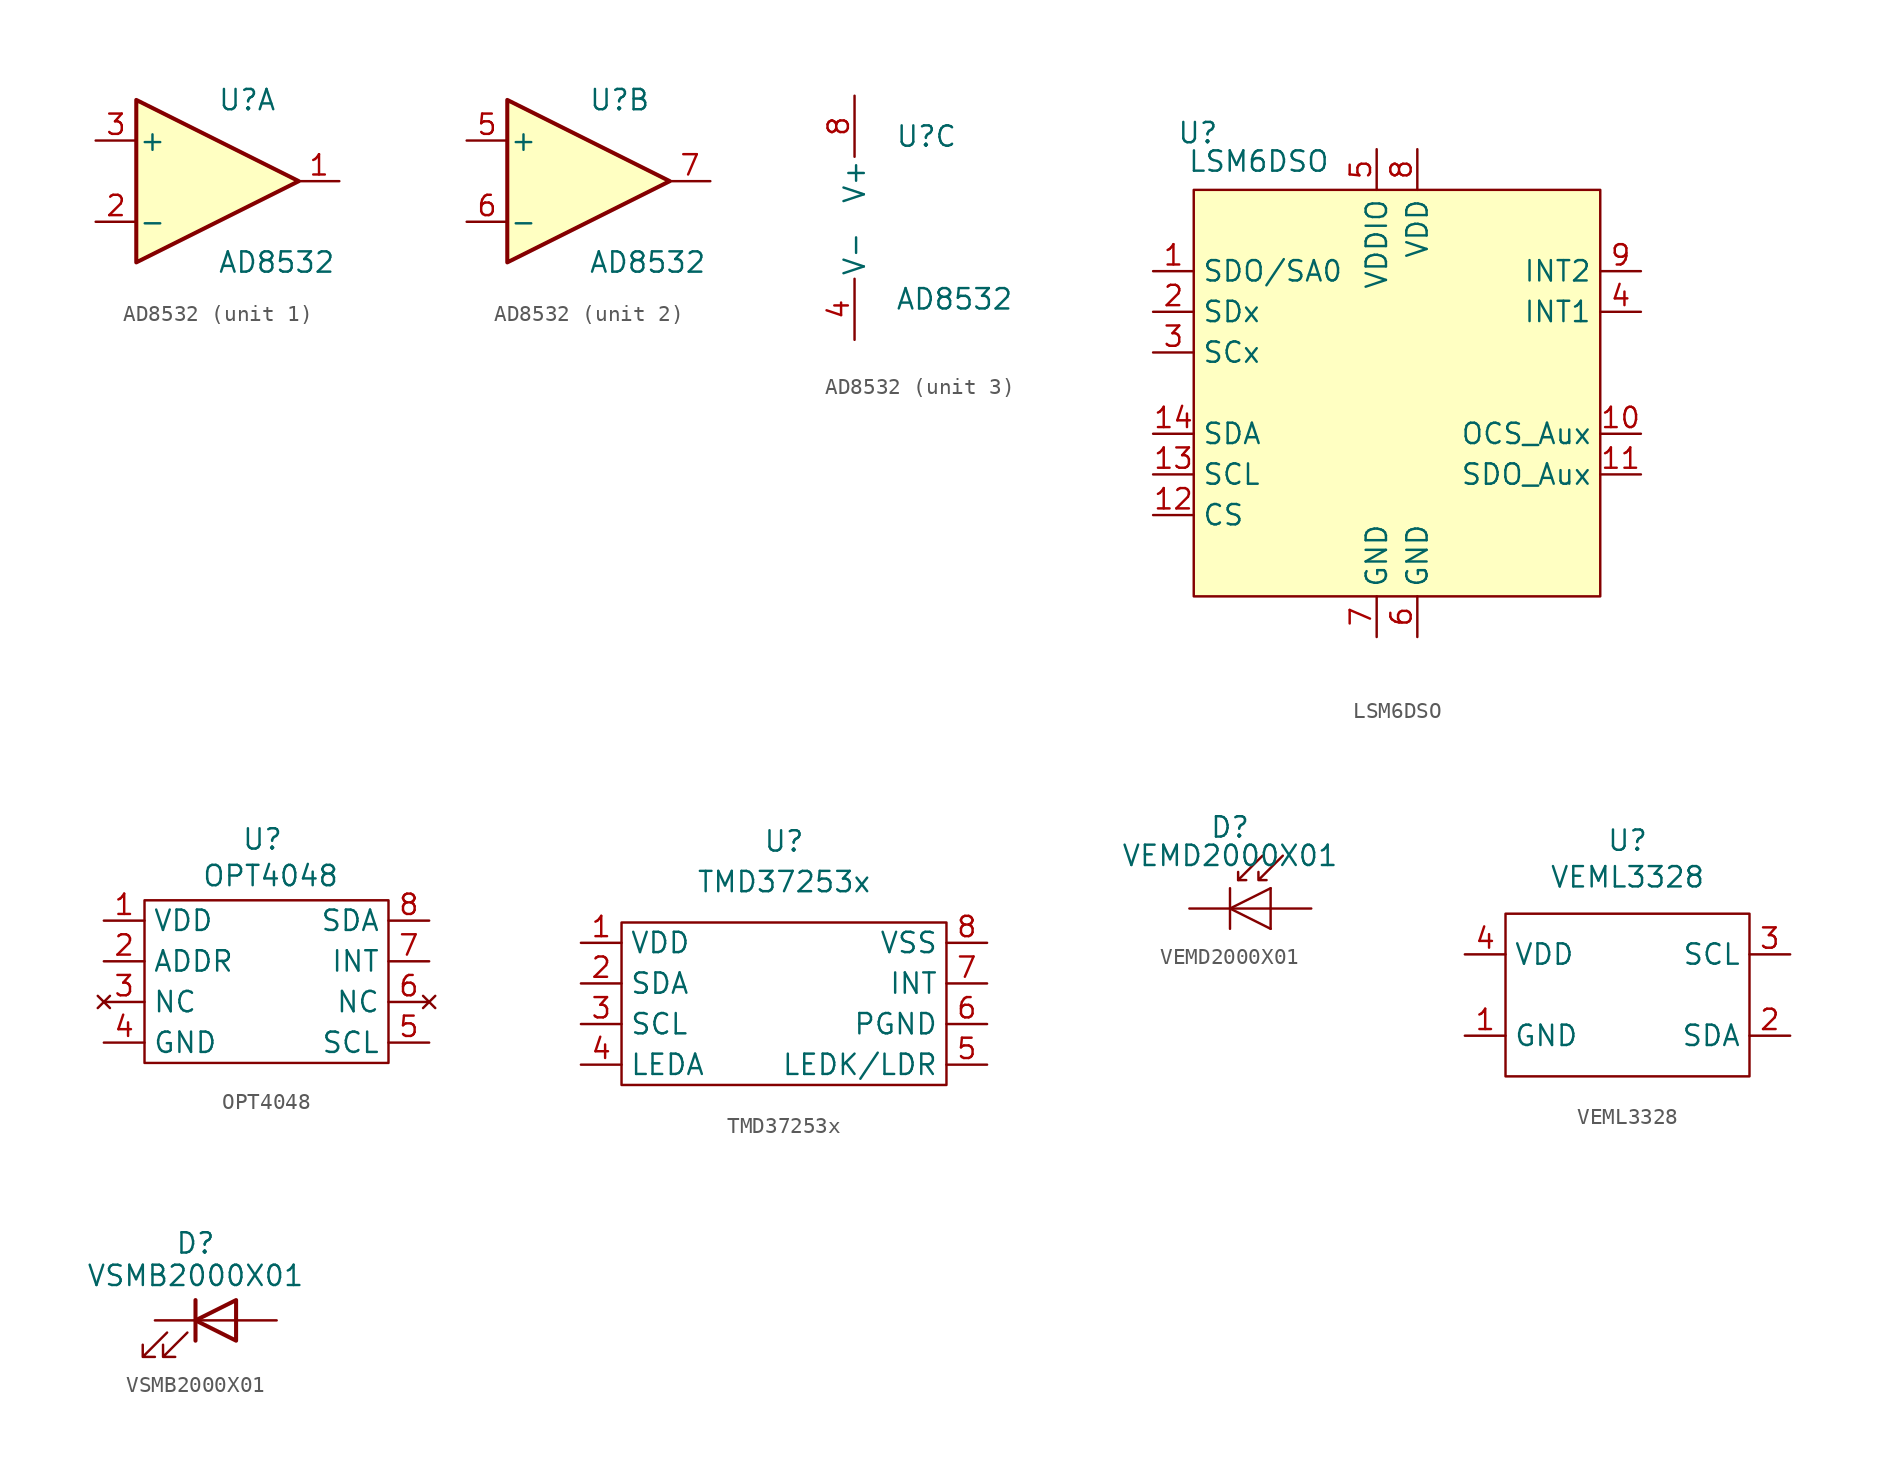
<source format=kicad_sym>
(kicad_symbol_lib
  (version 20231120)
  (generator "kicad_symbol_editor")
  (generator_version "8.0")
  (symbol "AD8532"
    (pin_names
      (offset 0.127))
    (property "Reference" "U"
      (at 0 5.08 0)
      (effects (font (size 1.27 1.27)) (justify left)))
    (property "Value" "AD8532"
      (at 0 -5.08 0)
      (effects (font (size 1.27 1.27)) (justify left)))
    (property "ki_locked" ""
      (at 0 0 0)
      (effects (font (size 1.27 1.27))))
    (symbol "AD8532_1_1"
      (polyline (pts (xy -5.08 5.08) (xy 5.08 0) (xy -5.08 -5.08) (xy -5.08 5.08)) (stroke (width 0.254) (type default)) (fill (type background)))
      (pin output line (at 7.62 0 180) (length 2.54) (name "~" (effects (font (size 1.27 1.27)))) (number "1" (effects (font (size 1.27 1.27)))))
      (pin input line (at -7.62 -2.54 0) (length 2.54) (name "-" (effects (font (size 1.27 1.27)))) (number "2" (effects (font (size 1.27 1.27)))))
      (pin input line (at -7.62 2.54 0) (length 2.54) (name "+" (effects (font (size 1.27 1.27)))) (number "3" (effects (font (size 1.27 1.27))))))
    (symbol "AD8532_2_1"
      (polyline (pts (xy -5.08 5.08) (xy 5.08 0) (xy -5.08 -5.08) (xy -5.08 5.08)) (stroke (width 0.254) (type default)) (fill (type background)))
      (pin input line (at -7.62 2.54 0) (length 2.54) (name "+" (effects (font (size 1.27 1.27)))) (number "5" (effects (font (size 1.27 1.27)))))
      (pin input line (at -7.62 -2.54 0) (length 2.54) (name "-" (effects (font (size 1.27 1.27)))) (number "6" (effects (font (size 1.27 1.27)))))
      (pin output line (at 7.62 0 180) (length 2.54) (name "~" (effects (font (size 1.27 1.27)))) (number "7" (effects (font (size 1.27 1.27))))))
    (symbol "AD8532_3_1"
      (pin power_in line (at -2.54 -7.62 90) (length 3.81) (name "V-" (effects (font (size 1.27 1.27)))) (number "4" (effects (font (size 1.27 1.27)))))
      (pin power_in line (at -2.54 7.62 270) (length 3.81) (name "V+" (effects (font (size 1.27 1.27)))) (number "8" (effects (font (size 1.27 1.27)))))))
  (symbol "LSM6DSO"
    (property "Reference" "U"
      (at -12.446 16.256 0)
      (effects (font (size 1.27 1.27))))
    (property "Value" "LSM6DSO"
      (at -8.636 14.478 0)
      (effects (font (size 1.27 1.27))))
    (symbol "LSM6DSO_1_1"
      (rectangle (start -12.7 12.7) (end 12.7 -12.7) (stroke (width 0) (type default)) (fill (type background)))
      (pin bidirectional line (at -15.24 7.62 0) (length 2.54) (name "SDO/SA0" (effects (font (size 1.27 1.27)))) (number "1" (effects (font (size 1.27 1.27)))))
      (pin output line (at 15.24 -2.54 180) (length 2.54) (name "OCS_Aux" (effects (font (size 1.27 1.27)))) (number "10" (effects (font (size 1.27 1.27)))))
      (pin output line (at 15.24 -5.08 180) (length 2.54) (name "SDO_Aux" (effects (font (size 1.27 1.27)))) (number "11" (effects (font (size 1.27 1.27)))))
      (pin input line (at -15.24 -7.62 0) (length 2.54) (name "CS" (effects (font (size 1.27 1.27)))) (number "12" (effects (font (size 1.27 1.27)))))
      (pin output line (at -15.24 -5.08 0) (length 2.54) (name "SCL" (effects (font (size 1.27 1.27)))) (number "13" (effects (font (size 1.27 1.27)))))
      (pin bidirectional line (at -15.24 -2.54 0) (length 2.54) (name "SDA" (effects (font (size 1.27 1.27)))) (number "14" (effects (font (size 1.27 1.27)))))
      (pin bidirectional line (at -15.24 5.08 0) (length 2.54) (name "SDx" (effects (font (size 1.27 1.27)))) (number "2" (effects (font (size 1.27 1.27)))))
      (pin input line (at -15.24 2.54 0) (length 2.54) (name "SCx" (effects (font (size 1.27 1.27)))) (number "3" (effects (font (size 1.27 1.27)))))
      (pin output line (at 15.24 5.08 180) (length 2.54) (name "INT1" (effects (font (size 1.27 1.27)))) (number "4" (effects (font (size 1.27 1.27)))))
      (pin power_in line (at -1.27 15.24 270) (length 2.54) (name "VDDIO" (effects (font (size 1.27 1.27)))) (number "5" (effects (font (size 1.27 1.27)))))
      (pin power_in line (at 1.27 -15.24 90) (length 2.54) (name "GND" (effects (font (size 1.27 1.27)))) (number "6" (effects (font (size 1.27 1.27)))))
      (pin power_in line (at -1.27 -15.24 90) (length 2.54) (name "GND" (effects (font (size 1.27 1.27)))) (number "7" (effects (font (size 1.27 1.27)))))
      (pin power_in line (at 1.27 15.24 270) (length 2.54) (name "VDD" (effects (font (size 1.27 1.27)))) (number "8" (effects (font (size 1.27 1.27)))))
      (pin output line (at 15.24 7.62 180) (length 2.54) (name "INT2" (effects (font (size 1.27 1.27)))) (number "9" (effects (font (size 1.27 1.27)))))))
  (symbol "OPT4048"
    (property "Reference" "U"
      (at -0.254 8.89 0)
      (effects (font (size 1.27 1.27))))
    (property "Value" "OPT4048"
      (at 0.254 6.604 0)
      (effects (font (size 1.27 1.27))))
    (symbol "OPT4048_0_1"
      (rectangle (start -7.62 5.08) (end 7.62 -5.08) (stroke (width 0) (type default)) (fill (type none))))
    (symbol "OPT4048_1_1"
      (pin power_in line (at -10.16 3.81 0) (length 2.54) (name "VDD" (effects (font (size 1.27 1.27)))) (number "1" (effects (font (size 1.27 1.27)))))
      (pin input line (at -10.16 1.27 0) (length 2.54) (name "ADDR" (effects (font (size 1.27 1.27)))) (number "2" (effects (font (size 1.27 1.27)))))
      (pin no_connect line (at -10.16 -1.27 0) (length 2.54) (name "NC" (effects (font (size 1.27 1.27)))) (number "3" (effects (font (size 1.27 1.27)))))
      (pin power_in line (at -10.16 -3.81 0) (length 2.54) (name "GND" (effects (font (size 1.27 1.27)))) (number "4" (effects (font (size 1.27 1.27)))))
      (pin bidirectional line (at 10.16 -3.81 180) (length 2.54) (name "SCL" (effects (font (size 1.27 1.27)))) (number "5" (effects (font (size 1.27 1.27)))))
      (pin no_connect line (at 10.16 -1.27 180) (length 2.54) (name "NC" (effects (font (size 1.27 1.27)))) (number "6" (effects (font (size 1.27 1.27)))))
      (pin output line (at 10.16 1.27 180) (length 2.54) (name "INT" (effects (font (size 1.27 1.27)))) (number "7" (effects (font (size 1.27 1.27)))))
      (pin bidirectional line (at 10.16 3.81 180) (length 2.54) (name "SDA" (effects (font (size 1.27 1.27)))) (number "8" (effects (font (size 1.27 1.27)))))))
  (symbol "TMD37253x"
    (property "Reference" "U"
      (at 0 10.16 0)
      (effects (font (size 1.27 1.27))))
    (property "Value" "TMD37253x"
      (at 0 7.62 0)
      (effects (font (size 1.27 1.27))))
    (symbol "TMD37253x_0_1"
      (rectangle (start -10.16 5.08) (end 10.16 -5.08) (stroke (width 0) (type default)) (fill (type none))))
    (symbol "TMD37253x_1_1"
      (pin power_in line (at -12.7 3.81 0) (length 2.54) (name "VDD" (effects (font (size 1.27 1.27)))) (number "1" (effects (font (size 1.27 1.27)))))
      (pin bidirectional line (at -12.7 1.27 0) (length 2.54) (name "SDA" (effects (font (size 1.27 1.27)))) (number "2" (effects (font (size 1.27 1.27)))))
      (pin bidirectional line (at -12.7 -1.27 0) (length 2.54) (name "SCL" (effects (font (size 1.27 1.27)))) (number "3" (effects (font (size 1.27 1.27)))))
      (pin input line (at -12.7 -3.81 0) (length 2.54) (name "LEDA" (effects (font (size 1.27 1.27)))) (number "4" (effects (font (size 1.27 1.27)))))
      (pin input line (at 12.7 -3.81 180) (length 2.54) (name "LEDK/LDR" (effects (font (size 1.27 1.27)))) (number "5" (effects (font (size 1.27 1.27)))))
      (pin power_in line (at 12.7 -1.27 180) (length 2.54) (name "PGND" (effects (font (size 1.27 1.27)))) (number "6" (effects (font (size 1.27 1.27)))))
      (pin output line (at 12.7 1.27 180) (length 2.54) (name "INT" (effects (font (size 1.27 1.27)))) (number "7" (effects (font (size 1.27 1.27)))))
      (pin power_in line (at 12.7 3.81 180) (length 2.54) (name "VSS" (effects (font (size 1.27 1.27)))) (number "8" (effects (font (size 1.27 1.27)))))))
  (symbol "VEMD2000X01"
    (pin_numbers hide)
    (pin_names
      (offset 0) hide)
    (property "Reference" "D"
      (at 0 5.08 0)
      (effects (font (size 1.27 1.27))))
    (property "Value" "VEMD2000X01"
      (at 0 3.302 0)
      (effects (font (size 1.27 1.27))))
    (symbol "VEMD2000X01_0_1"
      (polyline (pts (xy 0 1.27) (xy 0 -1.27)) (stroke (width 0.152) (type default)) (fill (type none)))
      (polyline (pts (xy 0.508 1.778) (xy 1.016 1.778)) (stroke (width 0) (type default)) (fill (type none)))
      (polyline (pts (xy 2.54 -1.27) (xy 2.54 1.27)) (stroke (width 0) (type default)) (fill (type none)))
      (polyline (pts (xy 2.54 0) (xy 0 0)) (stroke (width 0) (type default)) (fill (type none)))
      (polyline (pts (xy 2.032 3.302) (xy 0.508 1.778) (xy 0.508 2.286)) (stroke (width 0) (type default)) (fill (type none)))
      (polyline (pts (xy 2.54 1.27) (xy 0 0) (xy 2.54 -1.27)) (stroke (width 0) (type default)) (fill (type none)))
      (polyline (pts (xy 3.302 3.302) (xy 1.778 1.778) (xy 1.778 2.286) (xy 1.778 1.778) (xy 2.286 1.778)) (stroke (width 0) (type default)) (fill (type none))))
    (symbol "VEMD2000X01_1_1"
      (pin passive line (at -2.54 0 0) (length 2.54) (name "K" (effects (font (size 1.27 1.27)))) (number "1" (effects (font (size 1.27 1.27)))))
      (pin passive line (at 5.08 0 180) (length 2.54) (name "A" (effects (font (size 1.27 1.27)))) (number "2" (effects (font (size 1.27 1.27)))))))
  (symbol "VEML3328"
    (property "Reference" "U"
      (at 0 9.652 0)
      (effects (font (size 1.27 1.27))))
    (property "Value" "VEML3328"
      (at 0 7.366 0)
      (effects (font (size 1.27 1.27))))
    (symbol "VEML3328_0_1"
      (rectangle (start -7.62 5.08) (end 7.62 -5.08) (stroke (width 0) (type default)) (fill (type none))))
    (symbol "VEML3328_1_1"
      (pin power_in line (at -10.16 -2.54 0) (length 2.54) (name "GND" (effects (font (size 1.27 1.27)))) (number "1" (effects (font (size 1.27 1.27)))))
      (pin bidirectional line (at 10.16 -2.54 180) (length 2.54) (name "SDA" (effects (font (size 1.27 1.27)))) (number "2" (effects (font (size 1.27 1.27)))))
      (pin bidirectional line (at 10.16 2.54 180) (length 2.54) (name "SCL" (effects (font (size 1.27 1.27)))) (number "3" (effects (font (size 1.27 1.27)))))
      (pin power_in line (at -10.16 2.54 0) (length 2.54) (name "VDD" (effects (font (size 1.27 1.27)))) (number "4" (effects (font (size 1.27 1.27)))))))
  (symbol "VSMB2000X01"
    (pin_numbers hide)
    (pin_names hide)
    (property "Reference" "D"
      (at 0 4.826 0)
      (effects (font (size 1.27 1.27))))
    (property "Value" "VSMB2000X01"
      (at 0 2.794 0)
      (effects (font (size 1.27 1.27))))
    (symbol "VSMB2000X01_0_1"
      (polyline (pts (xy 0 -1.27) (xy 0 1.27)) (stroke (width 0.254) (type default)) (fill (type none)))
      (polyline (pts (xy 0 0) (xy 2.54 0)) (stroke (width 0) (type default)) (fill (type none)))
      (polyline (pts (xy 2.54 -1.27) (xy 2.54 1.27) (xy 0 0) (xy 2.54 -1.27)) (stroke (width 0.254) (type default)) (fill (type none)))
      (polyline (pts (xy -1.778 -0.762) (xy -3.302 -2.286) (xy -2.54 -2.286) (xy -3.302 -2.286) (xy -3.302 -1.524)) (stroke (width 0) (type default)) (fill (type none)))
      (polyline (pts (xy -0.508 -0.762) (xy -2.032 -2.286) (xy -1.27 -2.286) (xy -2.032 -2.286) (xy -2.032 -1.524)) (stroke (width 0) (type default)) (fill (type none))))
    (symbol "VSMB2000X01_1_1"
      (pin passive line (at -2.54 0 0) (length 2.54) (name "K" (effects (font (size 1.27 1.27)))) (number "1" (effects (font (size 1.27 1.27)))))
      (pin passive line (at 5.08 0 180) (length 2.54) (name "A" (effects (font (size 1.27 1.27)))) (number "2" (effects (font (size 1.27 1.27))))))))
</source>
